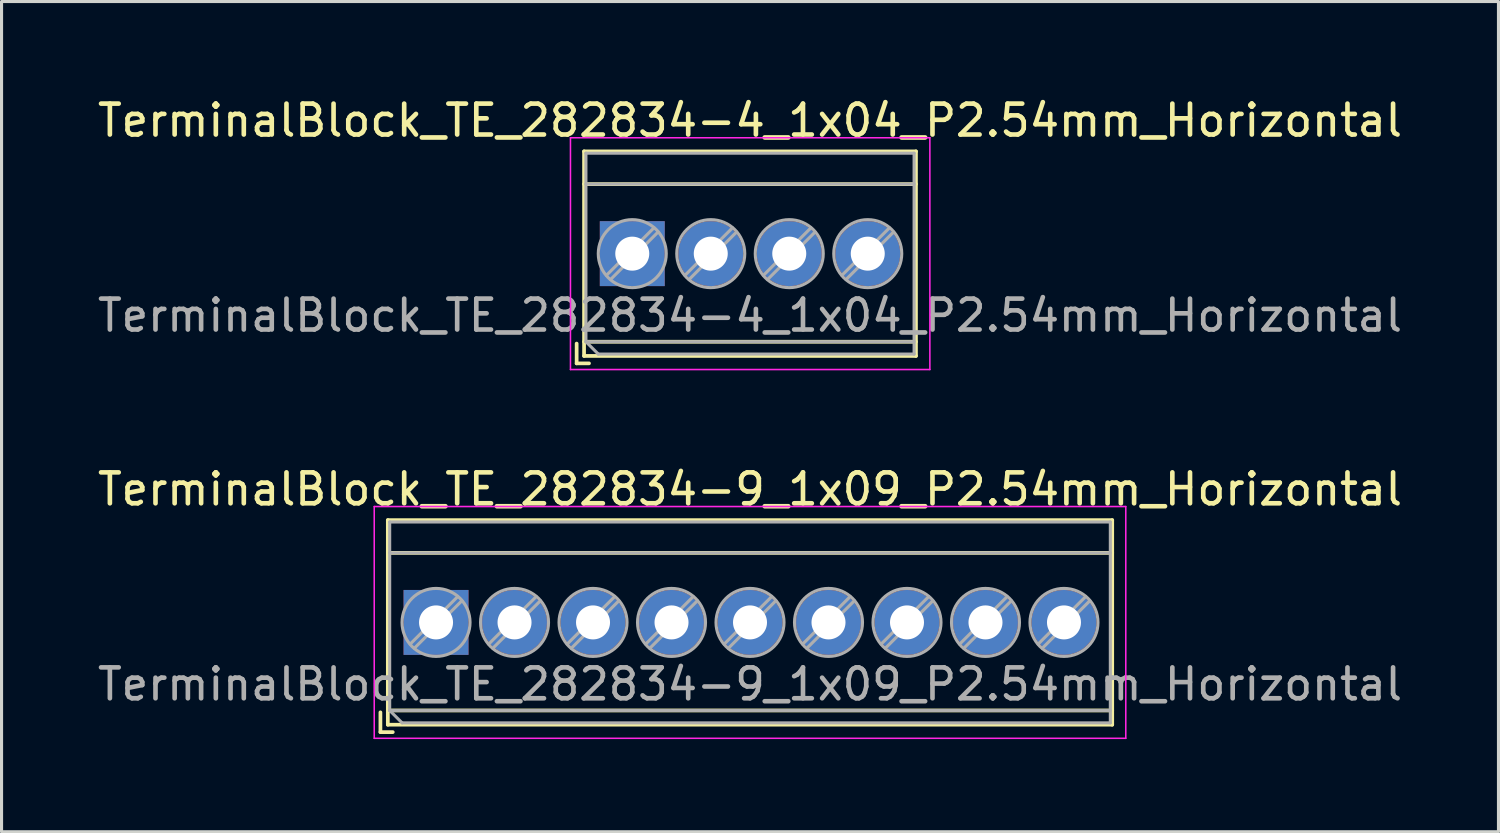
<source format=kicad_pcb>
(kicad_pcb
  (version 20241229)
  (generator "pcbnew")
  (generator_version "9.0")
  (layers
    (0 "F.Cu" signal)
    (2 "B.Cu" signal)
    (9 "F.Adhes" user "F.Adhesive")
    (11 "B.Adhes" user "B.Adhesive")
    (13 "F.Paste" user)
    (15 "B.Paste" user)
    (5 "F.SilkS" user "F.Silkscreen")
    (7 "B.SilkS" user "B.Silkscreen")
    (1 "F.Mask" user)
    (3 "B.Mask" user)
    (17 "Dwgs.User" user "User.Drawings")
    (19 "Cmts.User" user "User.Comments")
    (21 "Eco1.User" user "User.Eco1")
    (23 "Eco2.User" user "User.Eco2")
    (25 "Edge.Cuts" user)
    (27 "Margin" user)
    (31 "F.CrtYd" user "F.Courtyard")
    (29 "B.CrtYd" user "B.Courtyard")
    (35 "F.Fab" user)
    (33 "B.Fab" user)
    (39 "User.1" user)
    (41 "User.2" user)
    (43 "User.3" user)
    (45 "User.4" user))
  (footprint "TerminalBlock_TE_282834-4_1x04_P2.54mm_Horizontal"
    (layer "F.Cu")
    (at 17.41 5.158)
    (property "Reference" "TerminalBlock_TE_282834-4_1x04_P2.54mm_Horizontal" (at 3.81 -4.31 0) (layer "F.SilkS") (effects (font (size 1 1) (thickness 0.15))))
    (attr through_hole)
    (fp_line (start -1.8 2.91) (end -1.8 3.55) (stroke (width 0.12) (type solid)) (layer "F.SilkS"))
    (fp_line (start -1.8 3.55) (end -1.4 3.55) (stroke (width 0.12) (type solid)) (layer "F.SilkS"))
    (fp_line (start -1.56 -3.31) (end -1.56 3.31) (stroke (width 0.12) (type solid)) (layer "F.SilkS"))
    (fp_line (start -1.56 -3.31) (end 9.18 -3.31) (stroke (width 0.12) (type solid)) (layer "F.SilkS"))
    (fp_line (start -1.56 -2.25) (end 9.18 -2.25) (stroke (width 0.12) (type solid)) (layer "F.SilkS"))
    (fp_line (start -1.56 2.85) (end 9.18 2.85) (stroke (width 0.12) (type solid)) (layer "F.SilkS"))
    (fp_line (start -1.56 3.31) (end 9.18 3.31) (stroke (width 0.12) (type solid)) (layer "F.SilkS"))
    (fp_line (start 9.18 -3.31) (end 9.18 3.31) (stroke (width 0.12) (type solid)) (layer "F.SilkS"))
    (fp_line (start -2 -3.75) (end -2 3.75) (stroke (width 0.05) (type solid)) (layer "F.CrtYd"))
    (fp_line (start -2 3.75) (end 9.63 3.75) (stroke (width 0.05) (type solid)) (layer "F.CrtYd"))
    (fp_line (start 9.63 -3.75) (end -2 -3.75) (stroke (width 0.05) (type solid)) (layer "F.CrtYd"))
    (fp_line (start 9.63 3.75) (end 9.63 -3.75) (stroke (width 0.05) (type solid)) (layer "F.CrtYd"))
    (fp_line (start -1.5 -3.25) (end 9.12 -3.25) (stroke (width 0.1) (type solid)) (layer "F.Fab"))
    (fp_line (start -1.5 -2.25) (end 9.12 -2.25) (stroke (width 0.1) (type solid)) (layer "F.Fab"))
    (fp_line (start -1.5 2.85) (end -1.5 -3.25) (stroke (width 0.1) (type solid)) (layer "F.Fab"))
    (fp_line (start -1.5 2.85) (end 9.12 2.85) (stroke (width 0.1) (type solid)) (layer "F.Fab"))
    (fp_line (start -1.1 3.25) (end -1.5 2.85) (stroke (width 0.1) (type solid)) (layer "F.Fab"))
    (fp_line (start 0.701 -0.835) (end -0.835 0.7) (stroke (width 0.1) (type solid)) (layer "F.Fab"))
    (fp_line (start 0.835 -0.7) (end -0.701 0.835) (stroke (width 0.1) (type solid)) (layer "F.Fab"))
    (fp_line (start 3.241 -0.835) (end 1.706 0.7) (stroke (width 0.1) (type solid)) (layer "F.Fab"))
    (fp_line (start 3.375 -0.7) (end 1.84 0.835) (stroke (width 0.1) (type solid)) (layer "F.Fab"))
    (fp_line (start 5.781 -0.835) (end 4.246 0.7) (stroke (width 0.1) (type solid)) (layer "F.Fab"))
    (fp_line (start 5.915 -0.7) (end 4.38 0.835) (stroke (width 0.1) (type solid)) (layer "F.Fab"))
    (fp_line (start 8.321 -0.835) (end 6.786 0.7) (stroke (width 0.1) (type solid)) (layer "F.Fab"))
    (fp_line (start 8.455 -0.7) (end 6.92 0.835) (stroke (width 0.1) (type solid)) (layer "F.Fab"))
    (fp_line (start 9.12 -3.25) (end 9.12 3.25) (stroke (width 0.1) (type solid)) (layer "F.Fab"))
    (fp_line (start 9.12 3.25) (end -1.1 3.25) (stroke (width 0.1) (type solid)) (layer "F.Fab"))
    (fp_circle (center 0 0) (end 1.1 0) (stroke (width 0.1) (type solid)) (fill no) (layer "F.Fab"))
    (fp_circle (center 2.54 0) (end 3.64 0) (stroke (width 0.1) (type solid)) (fill no) (layer "F.Fab"))
    (fp_circle (center 5.08 0) (end 6.18 0) (stroke (width 0.1) (type solid)) (fill no) (layer "F.Fab"))
    (fp_circle (center 7.62 0) (end 8.72 0) (stroke (width 0.1) (type solid)) (fill no) (layer "F.Fab"))
    (fp_text user "${REFERENCE}" (at 3.81 2 0) (layer "F.Fab") (effects (font (size 1 1) (thickness 0.15))))
    (pad "1" thru_hole rect (at 0 0) (size 2.1 2.1) (drill 1.1) (layers "*.Cu" "*.Mask"))
    (pad "2" thru_hole circle (at 2.54 0) (size 2.1 2.1) (drill 1.1) (layers "*.Cu" "*.Mask"))
    (pad "3" thru_hole circle (at 5.08 0) (size 2.1 2.1) (drill 1.1) (layers "*.Cu" "*.Mask"))
    (pad "4" thru_hole circle (at 7.62 0) (size 2.1 2.1) (drill 1.1) (layers "*.Cu" "*.Mask")))
  (footprint "TerminalBlock_TE_282834-9_1x09_P2.54mm_Horizontal"
    (layer "F.Cu")
    (at 11.06 17.091)
    (property "Reference" "TerminalBlock_TE_282834-9_1x09_P2.54mm_Horizontal" (at 10.16 -4.31 0) (layer "F.SilkS") (effects (font (size 1 1) (thickness 0.15))))
    (attr through_hole)
    (fp_line (start -1.8 2.91) (end -1.8 3.55) (stroke (width 0.12) (type solid)) (layer "F.SilkS"))
    (fp_line (start -1.8 3.55) (end -1.4 3.55) (stroke (width 0.12) (type solid)) (layer "F.SilkS"))
    (fp_line (start -1.56 -3.31) (end -1.56 3.31) (stroke (width 0.12) (type solid)) (layer "F.SilkS"))
    (fp_line (start -1.56 -3.31) (end 21.881 -3.31) (stroke (width 0.12) (type solid)) (layer "F.SilkS"))
    (fp_line (start -1.56 -2.25) (end 21.881 -2.25) (stroke (width 0.12) (type solid)) (layer "F.SilkS"))
    (fp_line (start -1.56 2.85) (end 21.881 2.85) (stroke (width 0.12) (type solid)) (layer "F.SilkS"))
    (fp_line (start -1.56 3.31) (end 21.881 3.31) (stroke (width 0.12) (type solid)) (layer "F.SilkS"))
    (fp_line (start 21.881 -3.31) (end 21.881 3.31) (stroke (width 0.12) (type solid)) (layer "F.SilkS"))
    (fp_line (start -2 -3.75) (end -2 3.75) (stroke (width 0.05) (type solid)) (layer "F.CrtYd"))
    (fp_line (start -2 3.75) (end 22.32 3.75) (stroke (width 0.05) (type solid)) (layer "F.CrtYd"))
    (fp_line (start 22.32 -3.75) (end -2 -3.75) (stroke (width 0.05) (type solid)) (layer "F.CrtYd"))
    (fp_line (start 22.32 3.75) (end 22.32 -3.75) (stroke (width 0.05) (type solid)) (layer "F.CrtYd"))
    (fp_line (start -1.5 -3.25) (end 21.82 -3.25) (stroke (width 0.1) (type solid)) (layer "F.Fab"))
    (fp_line (start -1.5 -2.25) (end 21.82 -2.25) (stroke (width 0.1) (type solid)) (layer "F.Fab"))
    (fp_line (start -1.5 2.85) (end -1.5 -3.25) (stroke (width 0.1) (type solid)) (layer "F.Fab"))
    (fp_line (start -1.5 2.85) (end 21.82 2.85) (stroke (width 0.1) (type solid)) (layer "F.Fab"))
    (fp_line (start -1.1 3.25) (end -1.5 2.85) (stroke (width 0.1) (type solid)) (layer "F.Fab"))
    (fp_line (start 0.701 -0.835) (end -0.835 0.7) (stroke (width 0.1) (type solid)) (layer "F.Fab"))
    (fp_line (start 0.835 -0.7) (end -0.701 0.835) (stroke (width 0.1) (type solid)) (layer "F.Fab"))
    (fp_line (start 3.241 -0.835) (end 1.706 0.7) (stroke (width 0.1) (type solid)) (layer "F.Fab"))
    (fp_line (start 3.375 -0.7) (end 1.84 0.835) (stroke (width 0.1) (type solid)) (layer "F.Fab"))
    (fp_line (start 5.781 -0.835) (end 4.246 0.7) (stroke (width 0.1) (type solid)) (layer "F.Fab"))
    (fp_line (start 5.915 -0.7) (end 4.38 0.835) (stroke (width 0.1) (type solid)) (layer "F.Fab"))
    (fp_line (start 8.321 -0.835) (end 6.786 0.7) (stroke (width 0.1) (type solid)) (layer "F.Fab"))
    (fp_line (start 8.455 -0.7) (end 6.92 0.835) (stroke (width 0.1) (type solid)) (layer "F.Fab"))
    (fp_line (start 10.861 -0.835) (end 9.326 0.7) (stroke (width 0.1) (type solid)) (layer "F.Fab"))
    (fp_line (start 10.995 -0.7) (end 9.46 0.835) (stroke (width 0.1) (type solid)) (layer "F.Fab"))
    (fp_line (start 13.401 -0.835) (end 11.866 0.7) (stroke (width 0.1) (type solid)) (layer "F.Fab"))
    (fp_line (start 13.535 -0.7) (end 12 0.835) (stroke (width 0.1) (type solid)) (layer "F.Fab"))
    (fp_line (start 15.941 -0.835) (end 14.406 0.7) (stroke (width 0.1) (type solid)) (layer "F.Fab"))
    (fp_line (start 16.075 -0.7) (end 14.54 0.835) (stroke (width 0.1) (type solid)) (layer "F.Fab"))
    (fp_line (start 18.481 -0.835) (end 16.946 0.7) (stroke (width 0.1) (type solid)) (layer "F.Fab"))
    (fp_line (start 18.615 -0.7) (end 17.08 0.835) (stroke (width 0.1) (type solid)) (layer "F.Fab"))
    (fp_line (start 21.021 -0.835) (end 19.486 0.7) (stroke (width 0.1) (type solid)) (layer "F.Fab"))
    (fp_line (start 21.155 -0.7) (end 19.62 0.835) (stroke (width 0.1) (type solid)) (layer "F.Fab"))
    (fp_line (start 21.82 -3.25) (end 21.82 3.25) (stroke (width 0.1) (type solid)) (layer "F.Fab"))
    (fp_line (start 21.82 3.25) (end -1.1 3.25) (stroke (width 0.1) (type solid)) (layer "F.Fab"))
    (fp_circle (center 0 0) (end 1.1 0) (stroke (width 0.1) (type solid)) (fill no) (layer "F.Fab"))
    (fp_circle (center 2.54 0) (end 3.64 0) (stroke (width 0.1) (type solid)) (fill no) (layer "F.Fab"))
    (fp_circle (center 5.08 0) (end 6.18 0) (stroke (width 0.1) (type solid)) (fill no) (layer "F.Fab"))
    (fp_circle (center 7.62 0) (end 8.72 0) (stroke (width 0.1) (type solid)) (fill no) (layer "F.Fab"))
    (fp_circle (center 10.16 0) (end 11.26 0) (stroke (width 0.1) (type solid)) (fill no) (layer "F.Fab"))
    (fp_circle (center 12.7 0) (end 13.8 0) (stroke (width 0.1) (type solid)) (fill no) (layer "F.Fab"))
    (fp_circle (center 15.24 0) (end 16.34 0) (stroke (width 0.1) (type solid)) (fill no) (layer "F.Fab"))
    (fp_circle (center 17.78 0) (end 18.88 0) (stroke (width 0.1) (type solid)) (fill no) (layer "F.Fab"))
    (fp_circle (center 20.32 0) (end 21.42 0) (stroke (width 0.1) (type solid)) (fill no) (layer "F.Fab"))
    (fp_text user "${REFERENCE}" (at 10.16 2 0) (layer "F.Fab") (effects (font (size 1 1) (thickness 0.15))))
    (pad "1" thru_hole rect (at 0 0) (size 2.1 2.1) (drill 1.1) (layers "*.Cu" "*.Mask"))
    (pad "2" thru_hole circle (at 2.54 0) (size 2.1 2.1) (drill 1.1) (layers "*.Cu" "*.Mask"))
    (pad "3" thru_hole circle (at 5.08 0) (size 2.1 2.1) (drill 1.1) (layers "*.Cu" "*.Mask"))
    (pad "4" thru_hole circle (at 7.62 0) (size 2.1 2.1) (drill 1.1) (layers "*.Cu" "*.Mask"))
    (pad "5" thru_hole circle (at 10.16 0) (size 2.1 2.1) (drill 1.1) (layers "*.Cu" "*.Mask"))
    (pad "6" thru_hole circle (at 12.7 0) (size 2.1 2.1) (drill 1.1) (layers "*.Cu" "*.Mask"))
    (pad "7" thru_hole circle (at 15.24 0) (size 2.1 2.1) (drill 1.1) (layers "*.Cu" "*.Mask"))
    (pad "8" thru_hole circle (at 17.78 0) (size 2.1 2.1) (drill 1.1) (layers "*.Cu" "*.Mask"))
    (pad "9" thru_hole circle (at 20.32 0) (size 2.1 2.1) (drill 1.1) (layers "*.Cu" "*.Mask")))
  (gr_rect
    (start -3 -3)
    (end 45.44 23.866)
    (stroke (width 0.1) (type default))
    (fill no)
    (layer "Edge.Cuts")))
</source>
